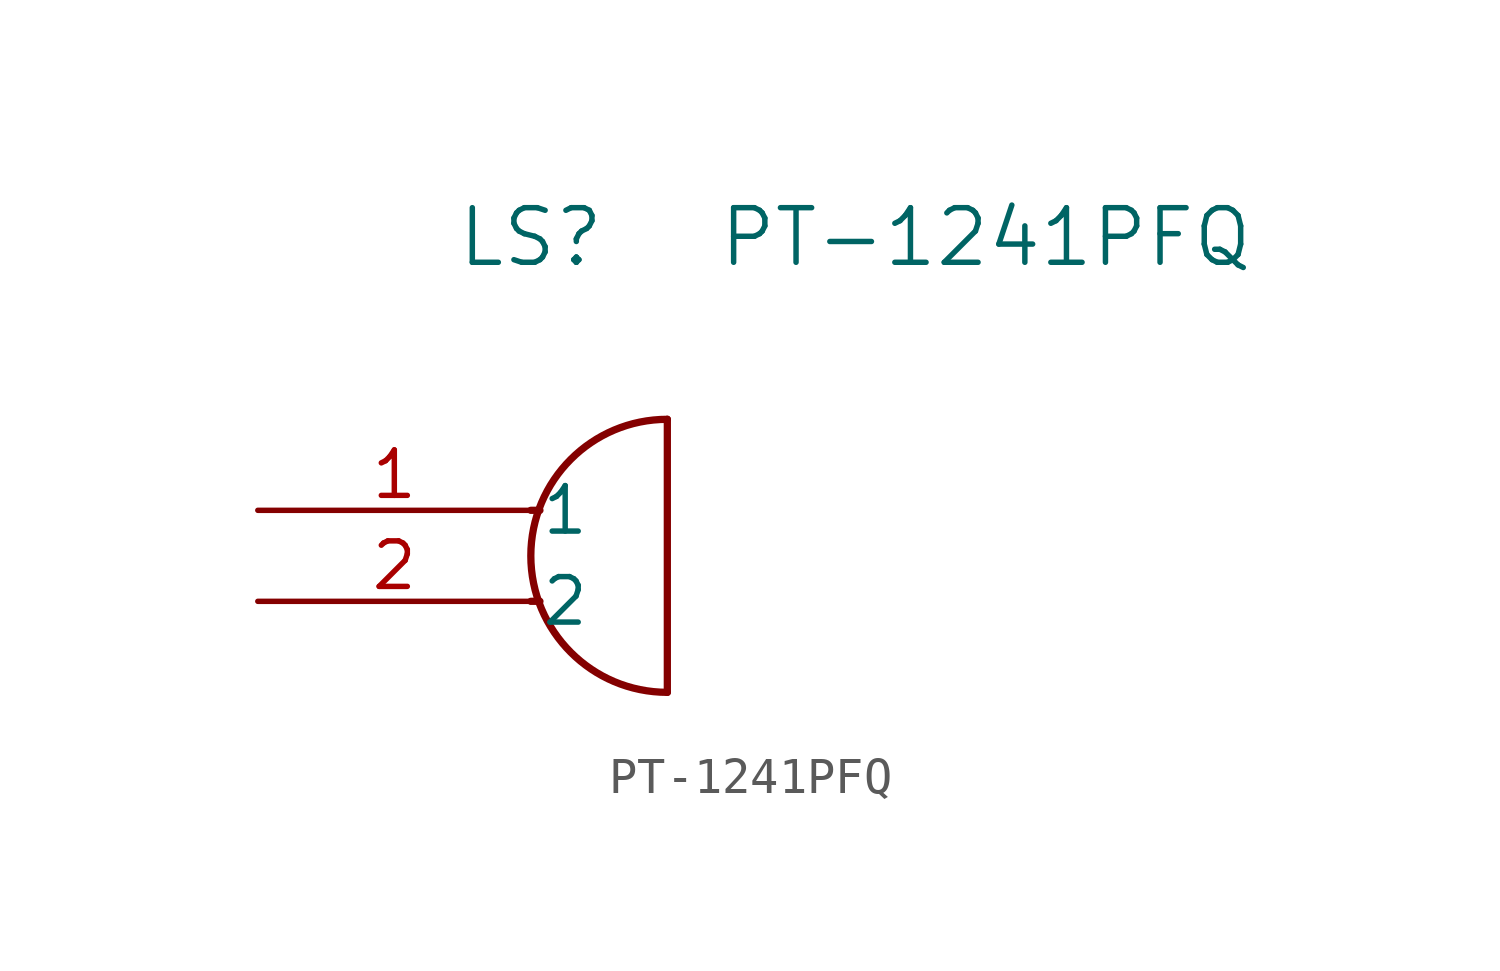
<source format=kicad_sym>
(kicad_symbol_lib
  (version 20211014)
  (generator kicad_symbol_editor)
  (symbol "PT-1241PFQ"
    (pin_names
      (offset 0.254))
    (property "Reference" "LS"
      (at 7.62 7.62 0)
      (effects (font (size 1.524 1.524))))
    (property "Value" "PT-1241PFQ"
      (at 20.32 7.62 0)
      (effects (font (size 1.524 1.524))))
    (symbol "PT-1241PFQ_0_1"
      (arc (start 11.43 2.54) (mid 7.62 -1.27) (end 11.43 -5.08) (stroke (width 0.2032) (type default) (color 0 0 0 0)) (fill (type none)))
      (polyline (pts (xy 7.62 0) (xy 7.874 0)) (stroke (width 0.203) (type default) (color 0 0 0 0)) (fill (type none)))
      (polyline (pts (xy 7.62 -2.54) (xy 7.874 -2.54)) (stroke (width 0.203) (type default) (color 0 0 0 0)) (fill (type none)))
      (polyline (pts (xy 11.43 2.54) (xy 11.43 -5.08)) (stroke (width 0.203) (type default) (color 0 0 0 0)) (fill (type none)))
      (pin unspecified line (at 0 0 0) (length 7.62) (name "1" (effects (font (size 1.27 1.27)))) (number "1" (effects (font (size 1.27 1.27)))))
      (pin unspecified line (at 0 -2.54 0) (length 7.62) (name "2" (effects (font (size 1.27 1.27)))) (number "2" (effects (font (size 1.27 1.27))))))))
</source>
